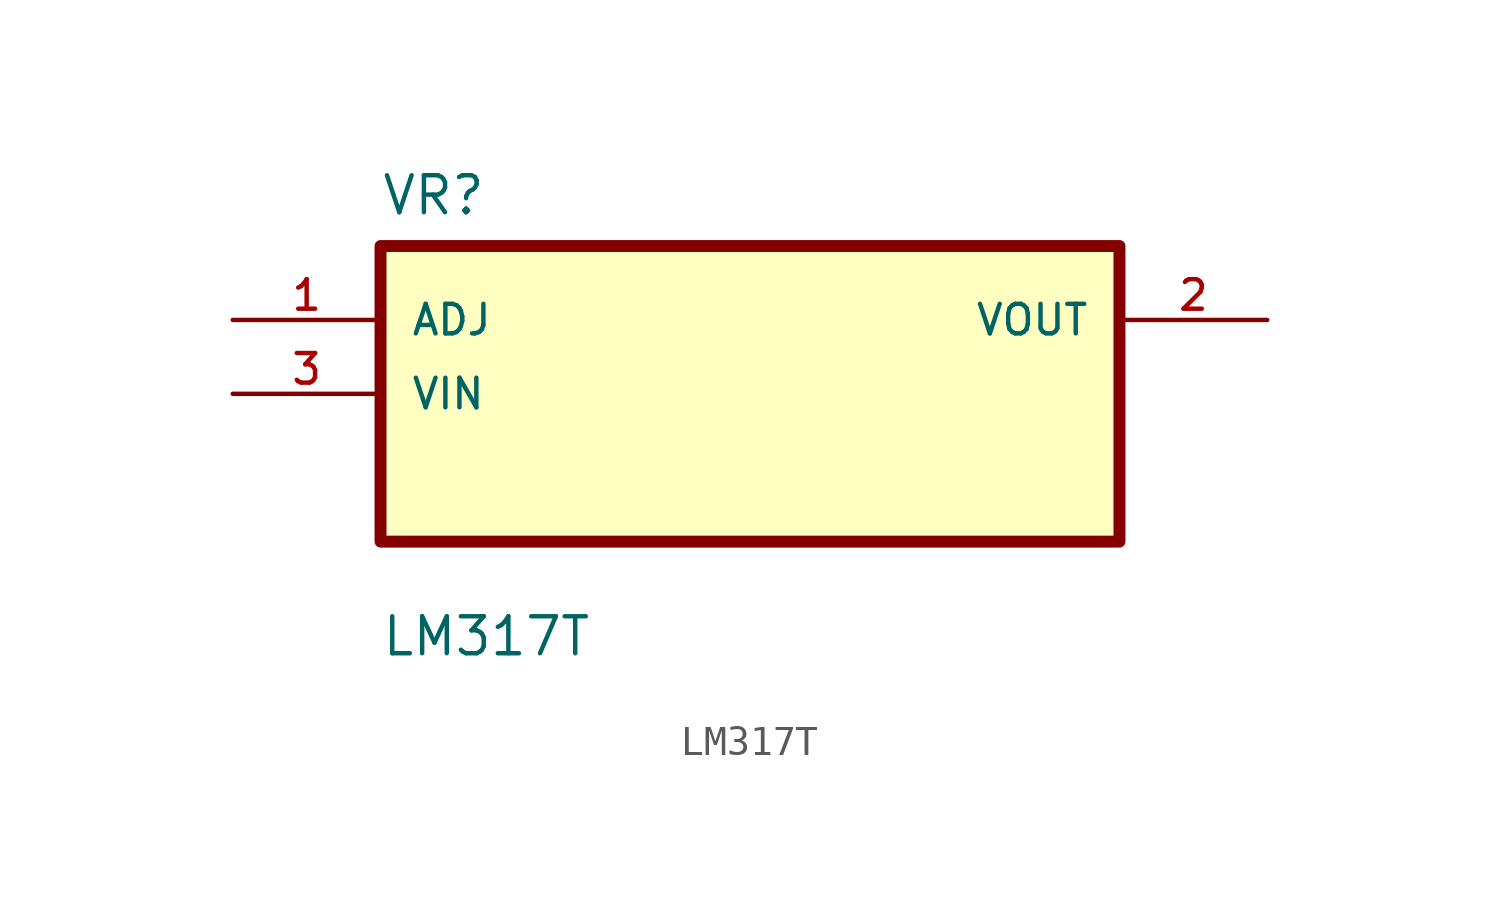
<source format=kicad_sym>
(kicad_symbol_lib
  (version 20211014)
  (generator kicad_symbol_editor)
  (symbol "LM317T"
    (pin_names
      (offset 1.016))
    (property "Reference" "VR"
      (at -12.7 6.08 0.0)
      (effects (font (size 1.27 1.27)) (justify bottom left)))
    (property "Value" "LM317T"
      (at -12.7 -9.08 0.0)
      (effects (font (size 1.27 1.27)) (justify bottom left)))
    (symbol "LM317T_0_0"
      (rectangle (start -12.7 -5.08) (end 12.7 5.08) (stroke (width 0.41)) (fill (type background)))
      (pin input line (at -17.78 2.54 0) (length 5.08) (name "ADJ" (effects (font (size 1.016 1.016)))) (number "1" (effects (font (size 1.016 1.016)))))
      (pin input line (at -17.78 0.0 0) (length 5.08) (name "VIN" (effects (font (size 1.016 1.016)))) (number "3" (effects (font (size 1.016 1.016)))))
      (pin output line (at 17.78 2.54 180.0) (length 5.08) (name "VOUT" (effects (font (size 1.016 1.016)))) (number "2" (effects (font (size 1.016 1.016))))))))
</source>
